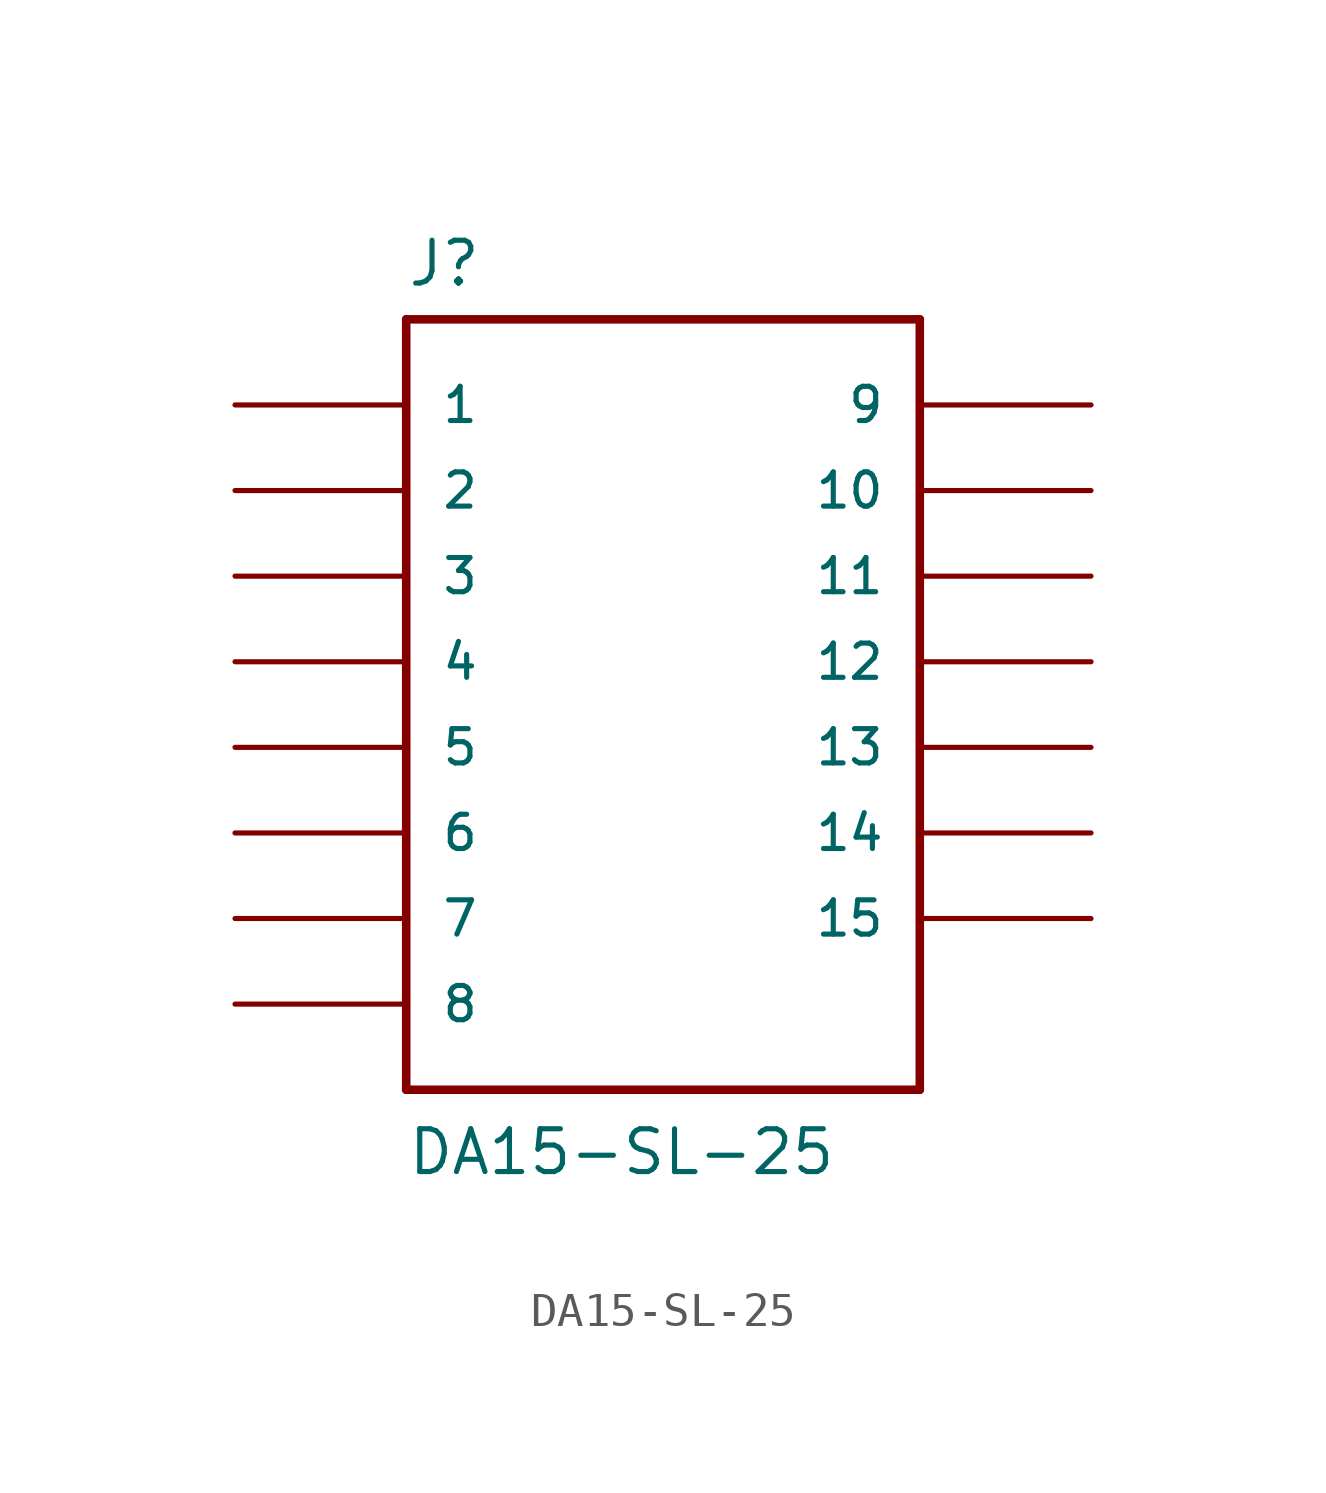
<source format=kicad_sym>
(kicad_symbol_lib
  (version 20211014)
  (generator kicad_symbol_editor)
  (symbol "DA15-SL-25"
    (pin_numbers hide)
    (pin_names
      (offset 1.016))
    (property "Reference" "J"
      (at -7.62 13.614 0)
      (effects (font (size 1.27 1.27)) (justify left bottom)))
    (property "Value" "DA15-SL-25"
      (at -7.62 -12.751 0)
      (effects (font (size 1.27 1.27)) (justify left bottom)))
    (property "ki_locked" ""
      (at 0 0 0)
      (effects (font (size 1.27 1.27))))
    (symbol "DA15-SL-25_0_0"
      (polyline (pts (xy -7.62 -10.16) (xy -7.62 12.7)) (stroke (width 0.254) (type default) (color 0 0 0 0)) (fill (type none)))
      (polyline (pts (xy -7.62 12.7) (xy 7.62 12.7)) (stroke (width 0.254) (type default) (color 0 0 0 0)) (fill (type none)))
      (polyline (pts (xy 7.62 -10.16) (xy -7.62 -10.16)) (stroke (width 0.254) (type default) (color 0 0 0 0)) (fill (type none)))
      (polyline (pts (xy 7.62 12.7) (xy 7.62 -10.16)) (stroke (width 0.254) (type default) (color 0 0 0 0)) (fill (type none)))
      (pin passive line (at -12.7 10.16 0) (length 5.08) (name "1" (effects (font (size 1.016 1.016)))) (number "1" (effects (font (size 1.016 1.016)))))
      (pin passive line (at 12.7 7.62 180) (length 5.08) (name "10" (effects (font (size 1.016 1.016)))) (number "10" (effects (font (size 1.016 1.016)))))
      (pin passive line (at 12.7 5.08 180) (length 5.08) (name "11" (effects (font (size 1.016 1.016)))) (number "11" (effects (font (size 1.016 1.016)))))
      (pin passive line (at 12.7 2.54 180) (length 5.08) (name "12" (effects (font (size 1.016 1.016)))) (number "12" (effects (font (size 1.016 1.016)))))
      (pin passive line (at 12.7 0 180) (length 5.08) (name "13" (effects (font (size 1.016 1.016)))) (number "13" (effects (font (size 1.016 1.016)))))
      (pin passive line (at 12.7 -2.54 180) (length 5.08) (name "14" (effects (font (size 1.016 1.016)))) (number "14" (effects (font (size 1.016 1.016)))))
      (pin passive line (at 12.7 -5.08 180) (length 5.08) (name "15" (effects (font (size 1.016 1.016)))) (number "15" (effects (font (size 1.016 1.016)))))
      (pin passive line (at -12.7 7.62 0) (length 5.08) (name "2" (effects (font (size 1.016 1.016)))) (number "2" (effects (font (size 1.016 1.016)))))
      (pin passive line (at -12.7 5.08 0) (length 5.08) (name "3" (effects (font (size 1.016 1.016)))) (number "3" (effects (font (size 1.016 1.016)))))
      (pin passive line (at -12.7 2.54 0) (length 5.08) (name "4" (effects (font (size 1.016 1.016)))) (number "4" (effects (font (size 1.016 1.016)))))
      (pin passive line (at -12.7 0 0) (length 5.08) (name "5" (effects (font (size 1.016 1.016)))) (number "5" (effects (font (size 1.016 1.016)))))
      (pin passive line (at -12.7 -2.54 0) (length 5.08) (name "6" (effects (font (size 1.016 1.016)))) (number "6" (effects (font (size 1.016 1.016)))))
      (pin passive line (at -12.7 -5.08 0) (length 5.08) (name "7" (effects (font (size 1.016 1.016)))) (number "7" (effects (font (size 1.016 1.016)))))
      (pin passive line (at -12.7 -7.62 0) (length 5.08) (name "8" (effects (font (size 1.016 1.016)))) (number "8" (effects (font (size 1.016 1.016)))))
      (pin passive line (at 12.7 10.16 180) (length 5.08) (name "9" (effects (font (size 1.016 1.016)))) (number "9" (effects (font (size 1.016 1.016))))))))
</source>
